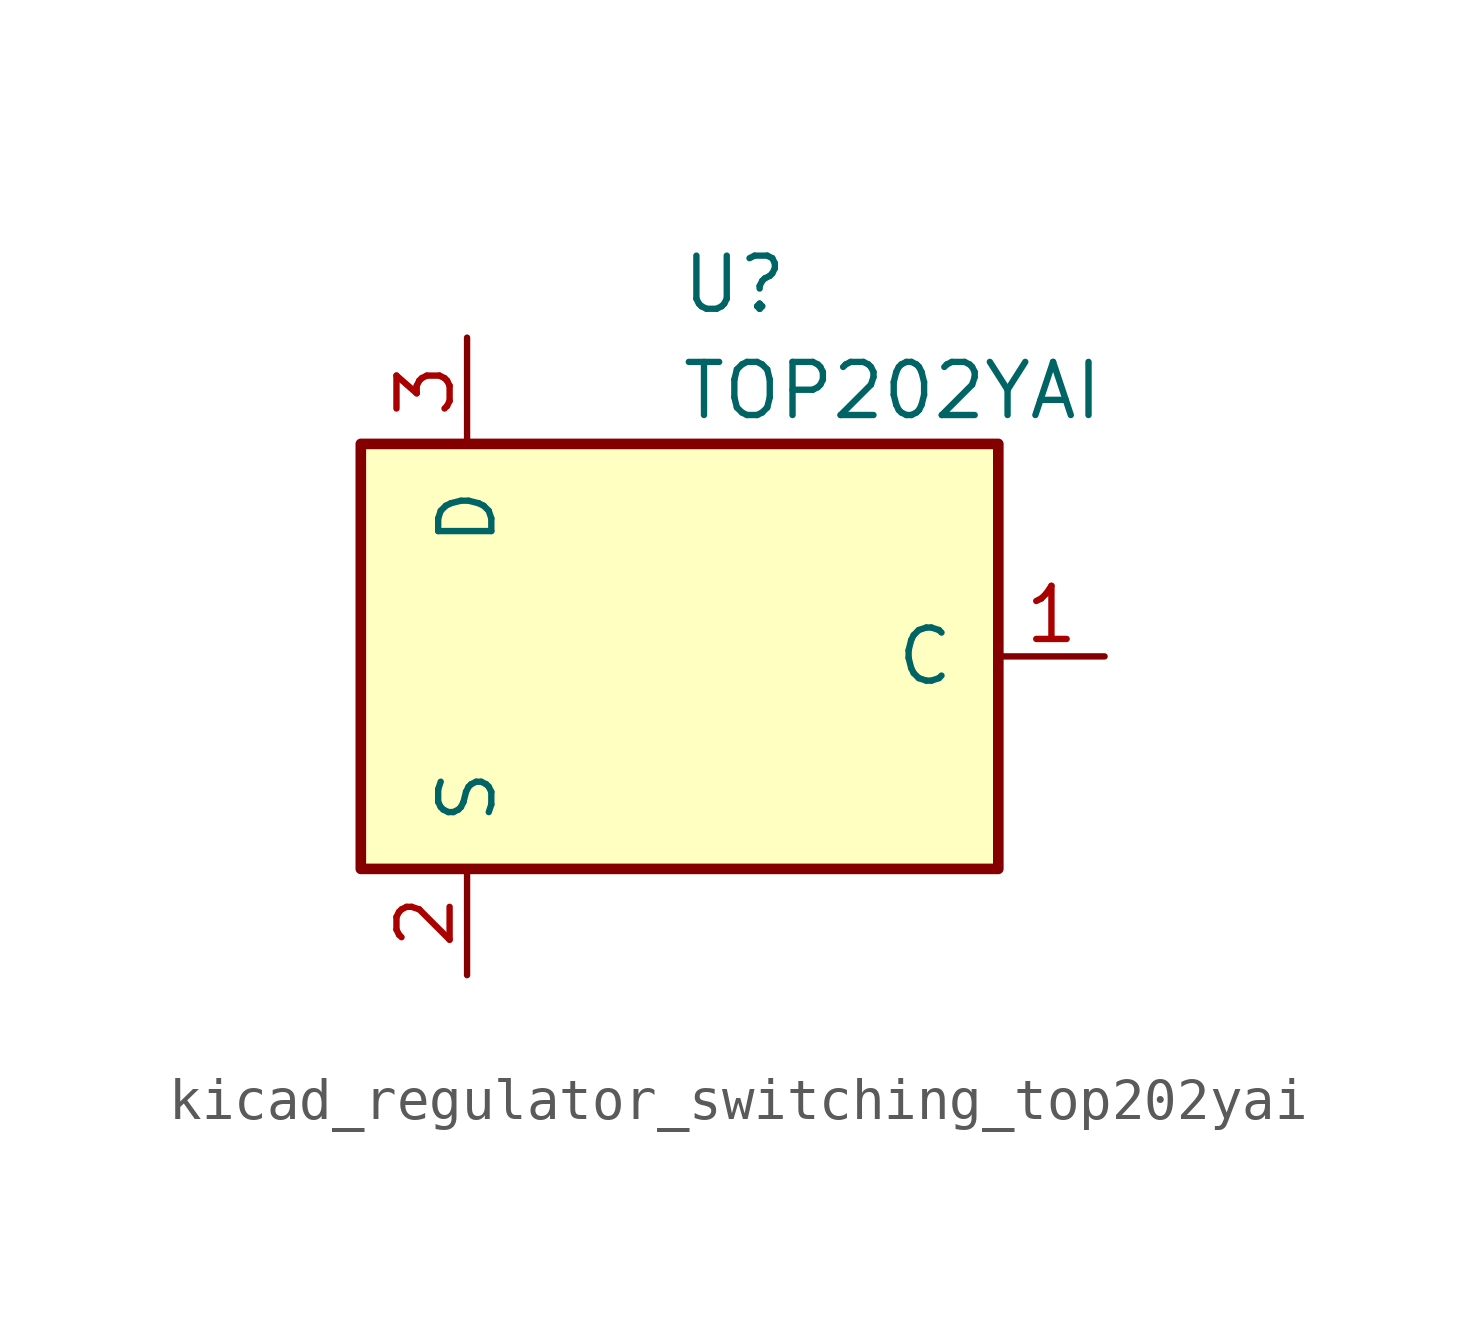
<source format=kicad_sym>
(kicad_symbol_lib
  (version 20220914)
  (generator kicad_symbol_editor)
  (symbol "kicad_regulator_switching_top202yai"
    (pin_names
      (offset 1.016))
    (property "Reference" "U"
      (at 0 8.89 0)
      (effects (font (size 1.27 1.27)) (justify left)))
    (property "Value" "TOP202YAI"
      (at 0 6.35 0)
      (effects (font (size 1.27 1.27)) (justify left)))
    (symbol "kicad_regulator_switching_top202yai_0_1"
      (rectangle (start -7.62 5.08) (end 7.62 -5.08) (stroke (width 0.254) (type default)) (fill (type background))))
    (symbol "kicad_regulator_switching_top202yai_1_1"
      (pin input line (at 10.16 0 180) (length 2.54) (name "C" (effects (font (size 1.27 1.27)))) (number "1" (effects (font (size 1.27 1.27)))))
      (pin power_in line (at -5.08 -7.62 90) (length 2.54) (name "S" (effects (font (size 1.27 1.27)))) (number "2" (effects (font (size 1.27 1.27)))))
      (pin open_collector line (at -5.08 7.62 270) (length 2.54) (name "D" (effects (font (size 1.27 1.27)))) (number "3" (effects (font (size 1.27 1.27))))))))
</source>
